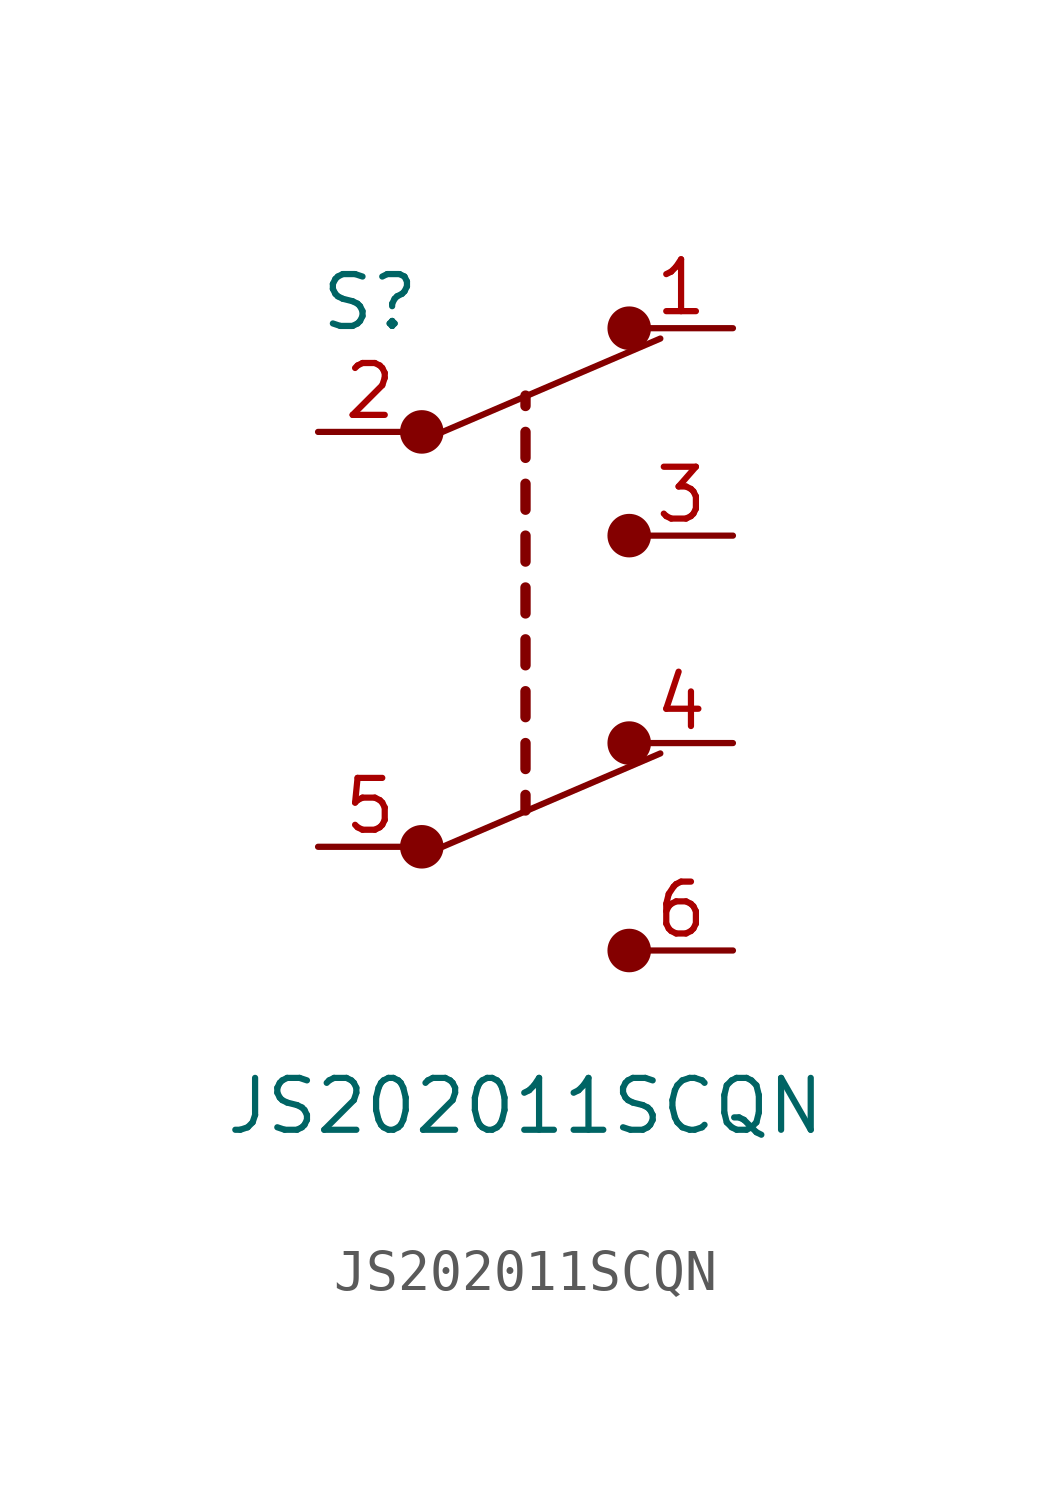
<source format=kicad_sym>
(kicad_symbol_lib
  (version 20211014)
  (generator kicad_symbol_editor)
  (symbol "JS202011SCQN"
    (pin_names
      (offset 0))
    (property "Reference" "S"
      (at -3.81 8.255 0)
      (effects (font (size 1.27 1.27))))
    (property "Value" "JS202011SCQN"
      (at 0 -11.43 0)
      (effects (font (size 1.27 1.27))))
    (symbol "JS202011SCQN_0_1"
      (circle (center -2.54 -5.08) (radius 0.457) (stroke (width 0) (type default) (color 0 0 0 0)) (fill (type outline)))
      (circle (center -2.54 5.08) (radius 0.457) (stroke (width 0) (type default) (color 0 0 0 0)) (fill (type outline)))
      (polyline (pts (xy -2.032 -5.08) (xy 3.302 -2.794)) (stroke (width 0) (type default) (color 0 0 0 0)) (fill (type none)))
      (polyline (pts (xy -2.032 5.08) (xy 3.302 7.366)) (stroke (width 0) (type default) (color 0 0 0 0)) (fill (type none)))
      (polyline (pts (xy 0 -3.81) (xy 0 -4.191)) (stroke (width 0.254) (type default) (color 0 0 0 0)) (fill (type none)))
      (polyline (pts (xy 0 -2.54) (xy 0 -3.175)) (stroke (width 0.254) (type default) (color 0 0 0 0)) (fill (type none)))
      (polyline (pts (xy 0 -1.27) (xy 0 -1.905)) (stroke (width 0.254) (type default) (color 0 0 0 0)) (fill (type none)))
      (polyline (pts (xy 0 0) (xy 0 -0.635)) (stroke (width 0.254) (type default) (color 0 0 0 0)) (fill (type none)))
      (polyline (pts (xy 0 1.27) (xy 0 0.635)) (stroke (width 0.254) (type default) (color 0 0 0 0)) (fill (type none)))
      (polyline (pts (xy 0 2.54) (xy 0 1.905)) (stroke (width 0.254) (type default) (color 0 0 0 0)) (fill (type none)))
      (polyline (pts (xy 0 3.81) (xy 0 3.175)) (stroke (width 0.254) (type default) (color 0 0 0 0)) (fill (type none)))
      (polyline (pts (xy 0 5.08) (xy 0 4.445)) (stroke (width 0.254) (type default) (color 0 0 0 0)) (fill (type none)))
      (polyline (pts (xy 0 5.969) (xy 0 5.715)) (stroke (width 0.254) (type default) (color 0 0 0 0)) (fill (type none)))
      (circle (center 2.54 -7.62) (radius 0.457) (stroke (width 0) (type default) (color 0 0 0 0)) (fill (type outline)))
      (circle (center 2.54 -2.54) (radius 0.457) (stroke (width 0) (type default) (color 0 0 0 0)) (fill (type outline)))
      (circle (center 2.54 2.54) (radius 0.457) (stroke (width 0) (type default) (color 0 0 0 0)) (fill (type outline)))
      (circle (center 2.54 7.62) (radius 0.457) (stroke (width 0) (type default) (color 0 0 0 0)) (fill (type outline))))
    (symbol "JS202011SCQN_1_1"
      (pin passive line (at 5.08 7.62 180) (length 2.54) (name "~" (effects (font (size 1.27 1.27)))) (number "1" (effects (font (size 1.27 1.27)))))
      (pin passive line (at -5.08 5.08 0) (length 2.54) (name "~" (effects (font (size 1.27 1.27)))) (number "2" (effects (font (size 1.27 1.27)))))
      (pin passive line (at 5.08 2.54 180) (length 2.54) (name "~" (effects (font (size 1.27 1.27)))) (number "3" (effects (font (size 1.27 1.27)))))
      (pin passive line (at 5.08 -2.54 180) (length 2.54) (name "~" (effects (font (size 1.27 1.27)))) (number "4" (effects (font (size 1.27 1.27)))))
      (pin passive line (at -5.08 -5.08 0) (length 2.54) (name "~" (effects (font (size 1.27 1.27)))) (number "5" (effects (font (size 1.27 1.27)))))
      (pin passive line (at 5.08 -7.62 180) (length 2.54) (name "~" (effects (font (size 1.27 1.27)))) (number "6" (effects (font (size 1.27 1.27))))))))
</source>
